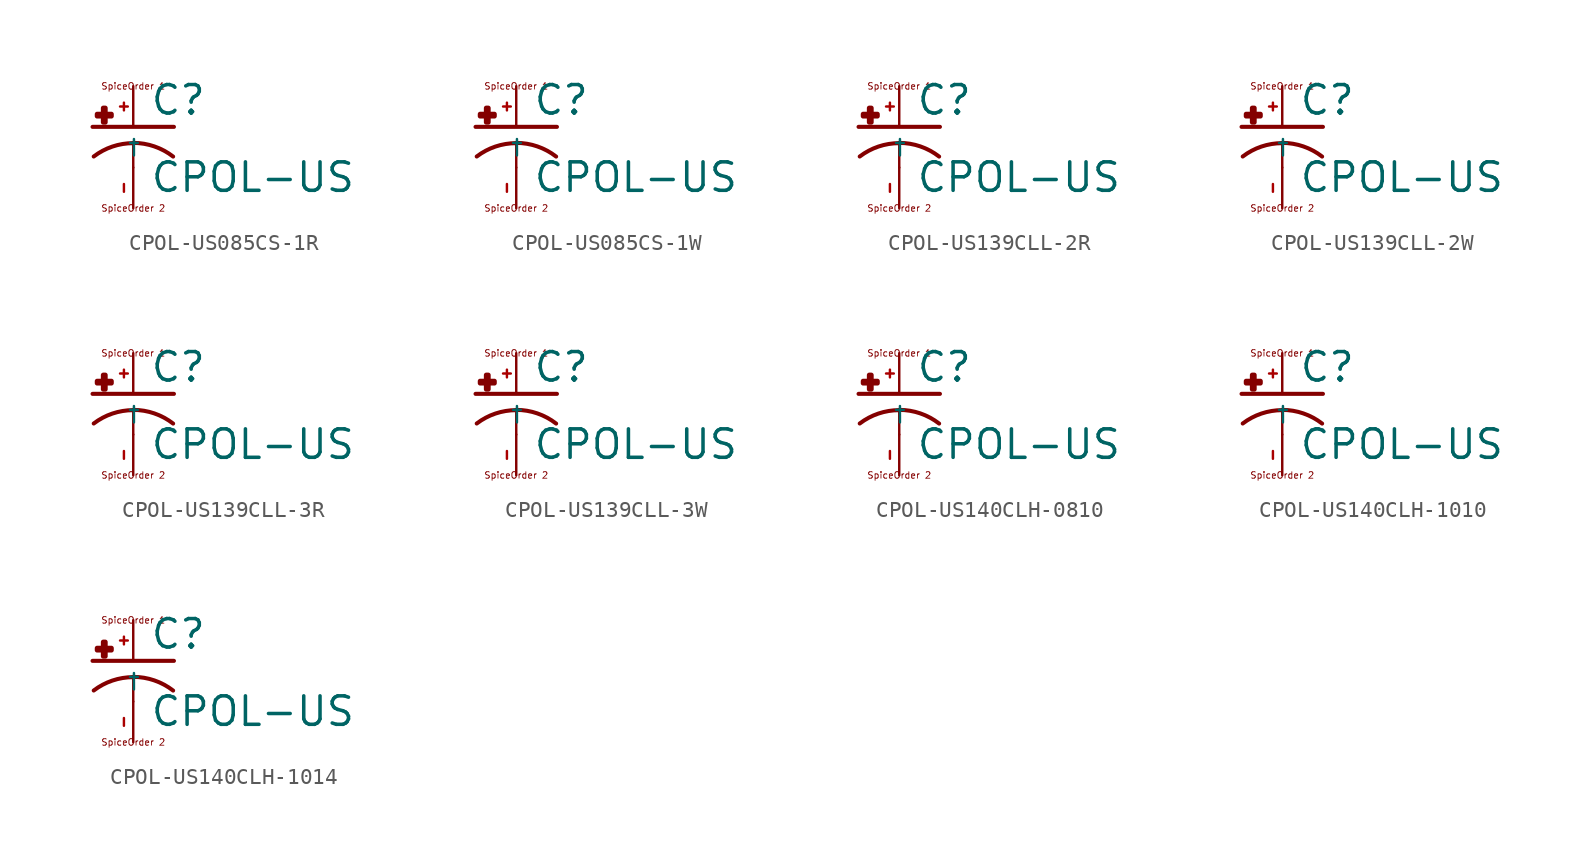
<source format=kicad_sym>
(kicad_symbol_lib
  (version 20220914)
  (generator Eagle2Kicad)
  (symbol "CPOL-US085CS-1R"
    (property "Reference" "C"
      (at 1.016 0.635 0)
      (effects (font (size 1.778 1.778) (thickness 0.22)) (justify left bottom)))
    (property "Value" "CPOL-US"
      (at 1.016 -4.191 0)
      (effects (font (size 1.778 1.778) (thickness 0.22)) (justify left bottom)))
    (polyline
      (pts (xy -2.54 0) (xy 2.54 0))
      (stroke (width 0.254) (type default))
      (fill (type none)))
    (polyline
      (pts (xy 0 -1.016) (xy 0 -2.54))
      (stroke (width 0.152) (type default))
      (fill (type none)))
    (arc
      (start 2.4892 -1.8542)
      (mid 1.316 -1.220)
      (end 0 -1)
      (stroke (width 0.254) (type default))
      (fill (type none)))
    (arc
      (start 0 -1.0161)
      (mid -1.302 -1.230)
      (end -2.4669 -1.8504)
      (stroke (width 0.254) (type default))
      (fill (type none)))
    (text "SpiceOrder 1"
      (at 0 2.54 0)
      (effects (font (size 0.406 0.406) (thickness 0.05))))
    (text "SpiceOrder 2"
      (at 0 -5.08 0)
      (effects (font (size 0.406 0.406) (thickness 0.05))))
    (rectangle
      (start -2.253 0.668)
      (end -1.364 0.795)
      (stroke (width 0.3) (type default))
      (fill (type outline)))
    (rectangle
      (start -1.872 0.287)
      (end -1.745 1.176)
      (stroke (width 0.3) (type default))
      (fill (type outline)))
    (pin passive line
      (at 0 2.54 270)
      (length 2.54)
      (name "+" (effects (font (size 0.635 0.635) (thickness 0.08)) (justify left bottom)))
      (number "+" (effects (font (size 0.635 0.635) (thickness 0.08)) (justify left bottom))))
    (pin passive line
      (at 0 -5.08 90)
      (length 2.54)
      (name "-" (effects (font (size 0.635 0.635) (thickness 0.08)) (justify left bottom)))
      (number "-" (effects (font (size 0.635 0.635) (thickness 0.08)) (justify left bottom)))))
  (symbol "CPOL-US085CS-1W"
    (property "Reference" "C"
      (at 1.016 0.635 0)
      (effects (font (size 1.778 1.778) (thickness 0.22)) (justify left bottom)))
    (property "Value" "CPOL-US"
      (at 1.016 -4.191 0)
      (effects (font (size 1.778 1.778) (thickness 0.22)) (justify left bottom)))
    (polyline
      (pts (xy -2.54 0) (xy 2.54 0))
      (stroke (width 0.254) (type default))
      (fill (type none)))
    (polyline
      (pts (xy 0 -1.016) (xy 0 -2.54))
      (stroke (width 0.152) (type default))
      (fill (type none)))
    (arc
      (start 2.4892 -1.8542)
      (mid 1.316 -1.220)
      (end 0 -1)
      (stroke (width 0.254) (type default))
      (fill (type none)))
    (arc
      (start 0 -1.0161)
      (mid -1.302 -1.230)
      (end -2.4669 -1.8504)
      (stroke (width 0.254) (type default))
      (fill (type none)))
    (text "SpiceOrder 1"
      (at 0 2.54 0)
      (effects (font (size 0.406 0.406) (thickness 0.05))))
    (text "SpiceOrder 2"
      (at 0 -5.08 0)
      (effects (font (size 0.406 0.406) (thickness 0.05))))
    (rectangle
      (start -2.253 0.668)
      (end -1.364 0.795)
      (stroke (width 0.3) (type default))
      (fill (type outline)))
    (rectangle
      (start -1.872 0.287)
      (end -1.745 1.176)
      (stroke (width 0.3) (type default))
      (fill (type outline)))
    (pin passive line
      (at 0 2.54 270)
      (length 2.54)
      (name "+" (effects (font (size 0.635 0.635) (thickness 0.08)) (justify left bottom)))
      (number "+" (effects (font (size 0.635 0.635) (thickness 0.08)) (justify left bottom))))
    (pin passive line
      (at 0 -5.08 90)
      (length 2.54)
      (name "-" (effects (font (size 0.635 0.635) (thickness 0.08)) (justify left bottom)))
      (number "-" (effects (font (size 0.635 0.635) (thickness 0.08)) (justify left bottom)))))
  (symbol "CPOL-US139CLL-2R"
    (property "Reference" "C"
      (at 1.016 0.635 0)
      (effects (font (size 1.778 1.778) (thickness 0.22)) (justify left bottom)))
    (property "Value" "CPOL-US"
      (at 1.016 -4.191 0)
      (effects (font (size 1.778 1.778) (thickness 0.22)) (justify left bottom)))
    (polyline
      (pts (xy -2.54 0) (xy 2.54 0))
      (stroke (width 0.254) (type default))
      (fill (type none)))
    (polyline
      (pts (xy 0 -1.016) (xy 0 -2.54))
      (stroke (width 0.152) (type default))
      (fill (type none)))
    (arc
      (start 2.4892 -1.8542)
      (mid 1.316 -1.220)
      (end 0 -1)
      (stroke (width 0.254) (type default))
      (fill (type none)))
    (arc
      (start 0 -1.0161)
      (mid -1.302 -1.230)
      (end -2.4669 -1.8504)
      (stroke (width 0.254) (type default))
      (fill (type none)))
    (text "SpiceOrder 1"
      (at 0 2.54 0)
      (effects (font (size 0.406 0.406) (thickness 0.05))))
    (text "SpiceOrder 2"
      (at 0 -5.08 0)
      (effects (font (size 0.406 0.406) (thickness 0.05))))
    (rectangle
      (start -2.253 0.668)
      (end -1.364 0.795)
      (stroke (width 0.3) (type default))
      (fill (type outline)))
    (rectangle
      (start -1.872 0.287)
      (end -1.745 1.176)
      (stroke (width 0.3) (type default))
      (fill (type outline)))
    (pin passive line
      (at 0 2.54 270)
      (length 2.54)
      (name "+" (effects (font (size 0.635 0.635) (thickness 0.08)) (justify left bottom)))
      (number "+" (effects (font (size 0.635 0.635) (thickness 0.08)) (justify left bottom))))
    (pin passive line
      (at 0 -5.08 90)
      (length 2.54)
      (name "-" (effects (font (size 0.635 0.635) (thickness 0.08)) (justify left bottom)))
      (number "-" (effects (font (size 0.635 0.635) (thickness 0.08)) (justify left bottom)))))
  (symbol "CPOL-US139CLL-2W"
    (property "Reference" "C"
      (at 1.016 0.635 0)
      (effects (font (size 1.778 1.778) (thickness 0.22)) (justify left bottom)))
    (property "Value" "CPOL-US"
      (at 1.016 -4.191 0)
      (effects (font (size 1.778 1.778) (thickness 0.22)) (justify left bottom)))
    (polyline
      (pts (xy -2.54 0) (xy 2.54 0))
      (stroke (width 0.254) (type default))
      (fill (type none)))
    (polyline
      (pts (xy 0 -1.016) (xy 0 -2.54))
      (stroke (width 0.152) (type default))
      (fill (type none)))
    (arc
      (start 2.4892 -1.8542)
      (mid 1.316 -1.220)
      (end 0 -1)
      (stroke (width 0.254) (type default))
      (fill (type none)))
    (arc
      (start 0 -1.0161)
      (mid -1.302 -1.230)
      (end -2.4669 -1.8504)
      (stroke (width 0.254) (type default))
      (fill (type none)))
    (text "SpiceOrder 1"
      (at 0 2.54 0)
      (effects (font (size 0.406 0.406) (thickness 0.05))))
    (text "SpiceOrder 2"
      (at 0 -5.08 0)
      (effects (font (size 0.406 0.406) (thickness 0.05))))
    (rectangle
      (start -2.253 0.668)
      (end -1.364 0.795)
      (stroke (width 0.3) (type default))
      (fill (type outline)))
    (rectangle
      (start -1.872 0.287)
      (end -1.745 1.176)
      (stroke (width 0.3) (type default))
      (fill (type outline)))
    (pin passive line
      (at 0 2.54 270)
      (length 2.54)
      (name "+" (effects (font (size 0.635 0.635) (thickness 0.08)) (justify left bottom)))
      (number "+" (effects (font (size 0.635 0.635) (thickness 0.08)) (justify left bottom))))
    (pin passive line
      (at 0 -5.08 90)
      (length 2.54)
      (name "-" (effects (font (size 0.635 0.635) (thickness 0.08)) (justify left bottom)))
      (number "-" (effects (font (size 0.635 0.635) (thickness 0.08)) (justify left bottom)))))
  (symbol "CPOL-US139CLL-3R"
    (property "Reference" "C"
      (at 1.016 0.635 0)
      (effects (font (size 1.778 1.778) (thickness 0.22)) (justify left bottom)))
    (property "Value" "CPOL-US"
      (at 1.016 -4.191 0)
      (effects (font (size 1.778 1.778) (thickness 0.22)) (justify left bottom)))
    (polyline
      (pts (xy -2.54 0) (xy 2.54 0))
      (stroke (width 0.254) (type default))
      (fill (type none)))
    (polyline
      (pts (xy 0 -1.016) (xy 0 -2.54))
      (stroke (width 0.152) (type default))
      (fill (type none)))
    (arc
      (start 2.4892 -1.8542)
      (mid 1.316 -1.220)
      (end 0 -1)
      (stroke (width 0.254) (type default))
      (fill (type none)))
    (arc
      (start 0 -1.0161)
      (mid -1.302 -1.230)
      (end -2.4669 -1.8504)
      (stroke (width 0.254) (type default))
      (fill (type none)))
    (text "SpiceOrder 1"
      (at 0 2.54 0)
      (effects (font (size 0.406 0.406) (thickness 0.05))))
    (text "SpiceOrder 2"
      (at 0 -5.08 0)
      (effects (font (size 0.406 0.406) (thickness 0.05))))
    (rectangle
      (start -2.253 0.668)
      (end -1.364 0.795)
      (stroke (width 0.3) (type default))
      (fill (type outline)))
    (rectangle
      (start -1.872 0.287)
      (end -1.745 1.176)
      (stroke (width 0.3) (type default))
      (fill (type outline)))
    (pin passive line
      (at 0 2.54 270)
      (length 2.54)
      (name "+" (effects (font (size 0.635 0.635) (thickness 0.08)) (justify left bottom)))
      (number "+" (effects (font (size 0.635 0.635) (thickness 0.08)) (justify left bottom))))
    (pin passive line
      (at 0 -5.08 90)
      (length 2.54)
      (name "-" (effects (font (size 0.635 0.635) (thickness 0.08)) (justify left bottom)))
      (number "-" (effects (font (size 0.635 0.635) (thickness 0.08)) (justify left bottom)))))
  (symbol "CPOL-US139CLL-3W"
    (property "Reference" "C"
      (at 1.016 0.635 0)
      (effects (font (size 1.778 1.778) (thickness 0.22)) (justify left bottom)))
    (property "Value" "CPOL-US"
      (at 1.016 -4.191 0)
      (effects (font (size 1.778 1.778) (thickness 0.22)) (justify left bottom)))
    (polyline
      (pts (xy -2.54 0) (xy 2.54 0))
      (stroke (width 0.254) (type default))
      (fill (type none)))
    (polyline
      (pts (xy 0 -1.016) (xy 0 -2.54))
      (stroke (width 0.152) (type default))
      (fill (type none)))
    (arc
      (start 2.4892 -1.8542)
      (mid 1.316 -1.220)
      (end 0 -1)
      (stroke (width 0.254) (type default))
      (fill (type none)))
    (arc
      (start 0 -1.0161)
      (mid -1.302 -1.230)
      (end -2.4669 -1.8504)
      (stroke (width 0.254) (type default))
      (fill (type none)))
    (text "SpiceOrder 1"
      (at 0 2.54 0)
      (effects (font (size 0.406 0.406) (thickness 0.05))))
    (text "SpiceOrder 2"
      (at 0 -5.08 0)
      (effects (font (size 0.406 0.406) (thickness 0.05))))
    (rectangle
      (start -2.253 0.668)
      (end -1.364 0.795)
      (stroke (width 0.3) (type default))
      (fill (type outline)))
    (rectangle
      (start -1.872 0.287)
      (end -1.745 1.176)
      (stroke (width 0.3) (type default))
      (fill (type outline)))
    (pin passive line
      (at 0 2.54 270)
      (length 2.54)
      (name "+" (effects (font (size 0.635 0.635) (thickness 0.08)) (justify left bottom)))
      (number "+" (effects (font (size 0.635 0.635) (thickness 0.08)) (justify left bottom))))
    (pin passive line
      (at 0 -5.08 90)
      (length 2.54)
      (name "-" (effects (font (size 0.635 0.635) (thickness 0.08)) (justify left bottom)))
      (number "-" (effects (font (size 0.635 0.635) (thickness 0.08)) (justify left bottom)))))
  (symbol "CPOL-US140CLH-0810"
    (property "Reference" "C"
      (at 1.016 0.635 0)
      (effects (font (size 1.778 1.778) (thickness 0.22)) (justify left bottom)))
    (property "Value" "CPOL-US"
      (at 1.016 -4.191 0)
      (effects (font (size 1.778 1.778) (thickness 0.22)) (justify left bottom)))
    (polyline
      (pts (xy -2.54 0) (xy 2.54 0))
      (stroke (width 0.254) (type default))
      (fill (type none)))
    (polyline
      (pts (xy 0 -1.016) (xy 0 -2.54))
      (stroke (width 0.152) (type default))
      (fill (type none)))
    (arc
      (start 2.4892 -1.8542)
      (mid 1.316 -1.220)
      (end 0 -1)
      (stroke (width 0.254) (type default))
      (fill (type none)))
    (arc
      (start 0 -1.0161)
      (mid -1.302 -1.230)
      (end -2.4669 -1.8504)
      (stroke (width 0.254) (type default))
      (fill (type none)))
    (text "SpiceOrder 1"
      (at 0 2.54 0)
      (effects (font (size 0.406 0.406) (thickness 0.05))))
    (text "SpiceOrder 2"
      (at 0 -5.08 0)
      (effects (font (size 0.406 0.406) (thickness 0.05))))
    (rectangle
      (start -2.253 0.668)
      (end -1.364 0.795)
      (stroke (width 0.3) (type default))
      (fill (type outline)))
    (rectangle
      (start -1.872 0.287)
      (end -1.745 1.176)
      (stroke (width 0.3) (type default))
      (fill (type outline)))
    (pin passive line
      (at 0 2.54 270)
      (length 2.54)
      (name "+" (effects (font (size 0.635 0.635) (thickness 0.08)) (justify left bottom)))
      (number "+" (effects (font (size 0.635 0.635) (thickness 0.08)) (justify left bottom))))
    (pin passive line
      (at 0 -5.08 90)
      (length 2.54)
      (name "-" (effects (font (size 0.635 0.635) (thickness 0.08)) (justify left bottom)))
      (number "-" (effects (font (size 0.635 0.635) (thickness 0.08)) (justify left bottom)))))
  (symbol "CPOL-US140CLH-1010"
    (property "Reference" "C"
      (at 1.016 0.635 0)
      (effects (font (size 1.778 1.778) (thickness 0.22)) (justify left bottom)))
    (property "Value" "CPOL-US"
      (at 1.016 -4.191 0)
      (effects (font (size 1.778 1.778) (thickness 0.22)) (justify left bottom)))
    (polyline
      (pts (xy -2.54 0) (xy 2.54 0))
      (stroke (width 0.254) (type default))
      (fill (type none)))
    (polyline
      (pts (xy 0 -1.016) (xy 0 -2.54))
      (stroke (width 0.152) (type default))
      (fill (type none)))
    (arc
      (start 2.4892 -1.8542)
      (mid 1.316 -1.220)
      (end 0 -1)
      (stroke (width 0.254) (type default))
      (fill (type none)))
    (arc
      (start 0 -1.0161)
      (mid -1.302 -1.230)
      (end -2.4669 -1.8504)
      (stroke (width 0.254) (type default))
      (fill (type none)))
    (text "SpiceOrder 1"
      (at 0 2.54 0)
      (effects (font (size 0.406 0.406) (thickness 0.05))))
    (text "SpiceOrder 2"
      (at 0 -5.08 0)
      (effects (font (size 0.406 0.406) (thickness 0.05))))
    (rectangle
      (start -2.253 0.668)
      (end -1.364 0.795)
      (stroke (width 0.3) (type default))
      (fill (type outline)))
    (rectangle
      (start -1.872 0.287)
      (end -1.745 1.176)
      (stroke (width 0.3) (type default))
      (fill (type outline)))
    (pin passive line
      (at 0 2.54 270)
      (length 2.54)
      (name "+" (effects (font (size 0.635 0.635) (thickness 0.08)) (justify left bottom)))
      (number "+" (effects (font (size 0.635 0.635) (thickness 0.08)) (justify left bottom))))
    (pin passive line
      (at 0 -5.08 90)
      (length 2.54)
      (name "-" (effects (font (size 0.635 0.635) (thickness 0.08)) (justify left bottom)))
      (number "-" (effects (font (size 0.635 0.635) (thickness 0.08)) (justify left bottom)))))
  (symbol "CPOL-US140CLH-1014"
    (property "Reference" "C"
      (at 1.016 0.635 0)
      (effects (font (size 1.778 1.778) (thickness 0.22)) (justify left bottom)))
    (property "Value" "CPOL-US"
      (at 1.016 -4.191 0)
      (effects (font (size 1.778 1.778) (thickness 0.22)) (justify left bottom)))
    (polyline
      (pts (xy -2.54 0) (xy 2.54 0))
      (stroke (width 0.254) (type default))
      (fill (type none)))
    (polyline
      (pts (xy 0 -1.016) (xy 0 -2.54))
      (stroke (width 0.152) (type default))
      (fill (type none)))
    (arc
      (start 2.4892 -1.8542)
      (mid 1.316 -1.220)
      (end 0 -1)
      (stroke (width 0.254) (type default))
      (fill (type none)))
    (arc
      (start 0 -1.0161)
      (mid -1.302 -1.230)
      (end -2.4669 -1.8504)
      (stroke (width 0.254) (type default))
      (fill (type none)))
    (text "SpiceOrder 1"
      (at 0 2.54 0)
      (effects (font (size 0.406 0.406) (thickness 0.05))))
    (text "SpiceOrder 2"
      (at 0 -5.08 0)
      (effects (font (size 0.406 0.406) (thickness 0.05))))
    (rectangle
      (start -2.253 0.668)
      (end -1.364 0.795)
      (stroke (width 0.3) (type default))
      (fill (type outline)))
    (rectangle
      (start -1.872 0.287)
      (end -1.745 1.176)
      (stroke (width 0.3) (type default))
      (fill (type outline)))
    (pin passive line
      (at 0 2.54 270)
      (length 2.54)
      (name "+" (effects (font (size 0.635 0.635) (thickness 0.08)) (justify left bottom)))
      (number "+" (effects (font (size 0.635 0.635) (thickness 0.08)) (justify left bottom))))
    (pin passive line
      (at 0 -5.08 90)
      (length 2.54)
      (name "-" (effects (font (size 0.635 0.635) (thickness 0.08)) (justify left bottom)))
      (number "-" (effects (font (size 0.635 0.635) (thickness 0.08)) (justify left bottom))))))
</source>
